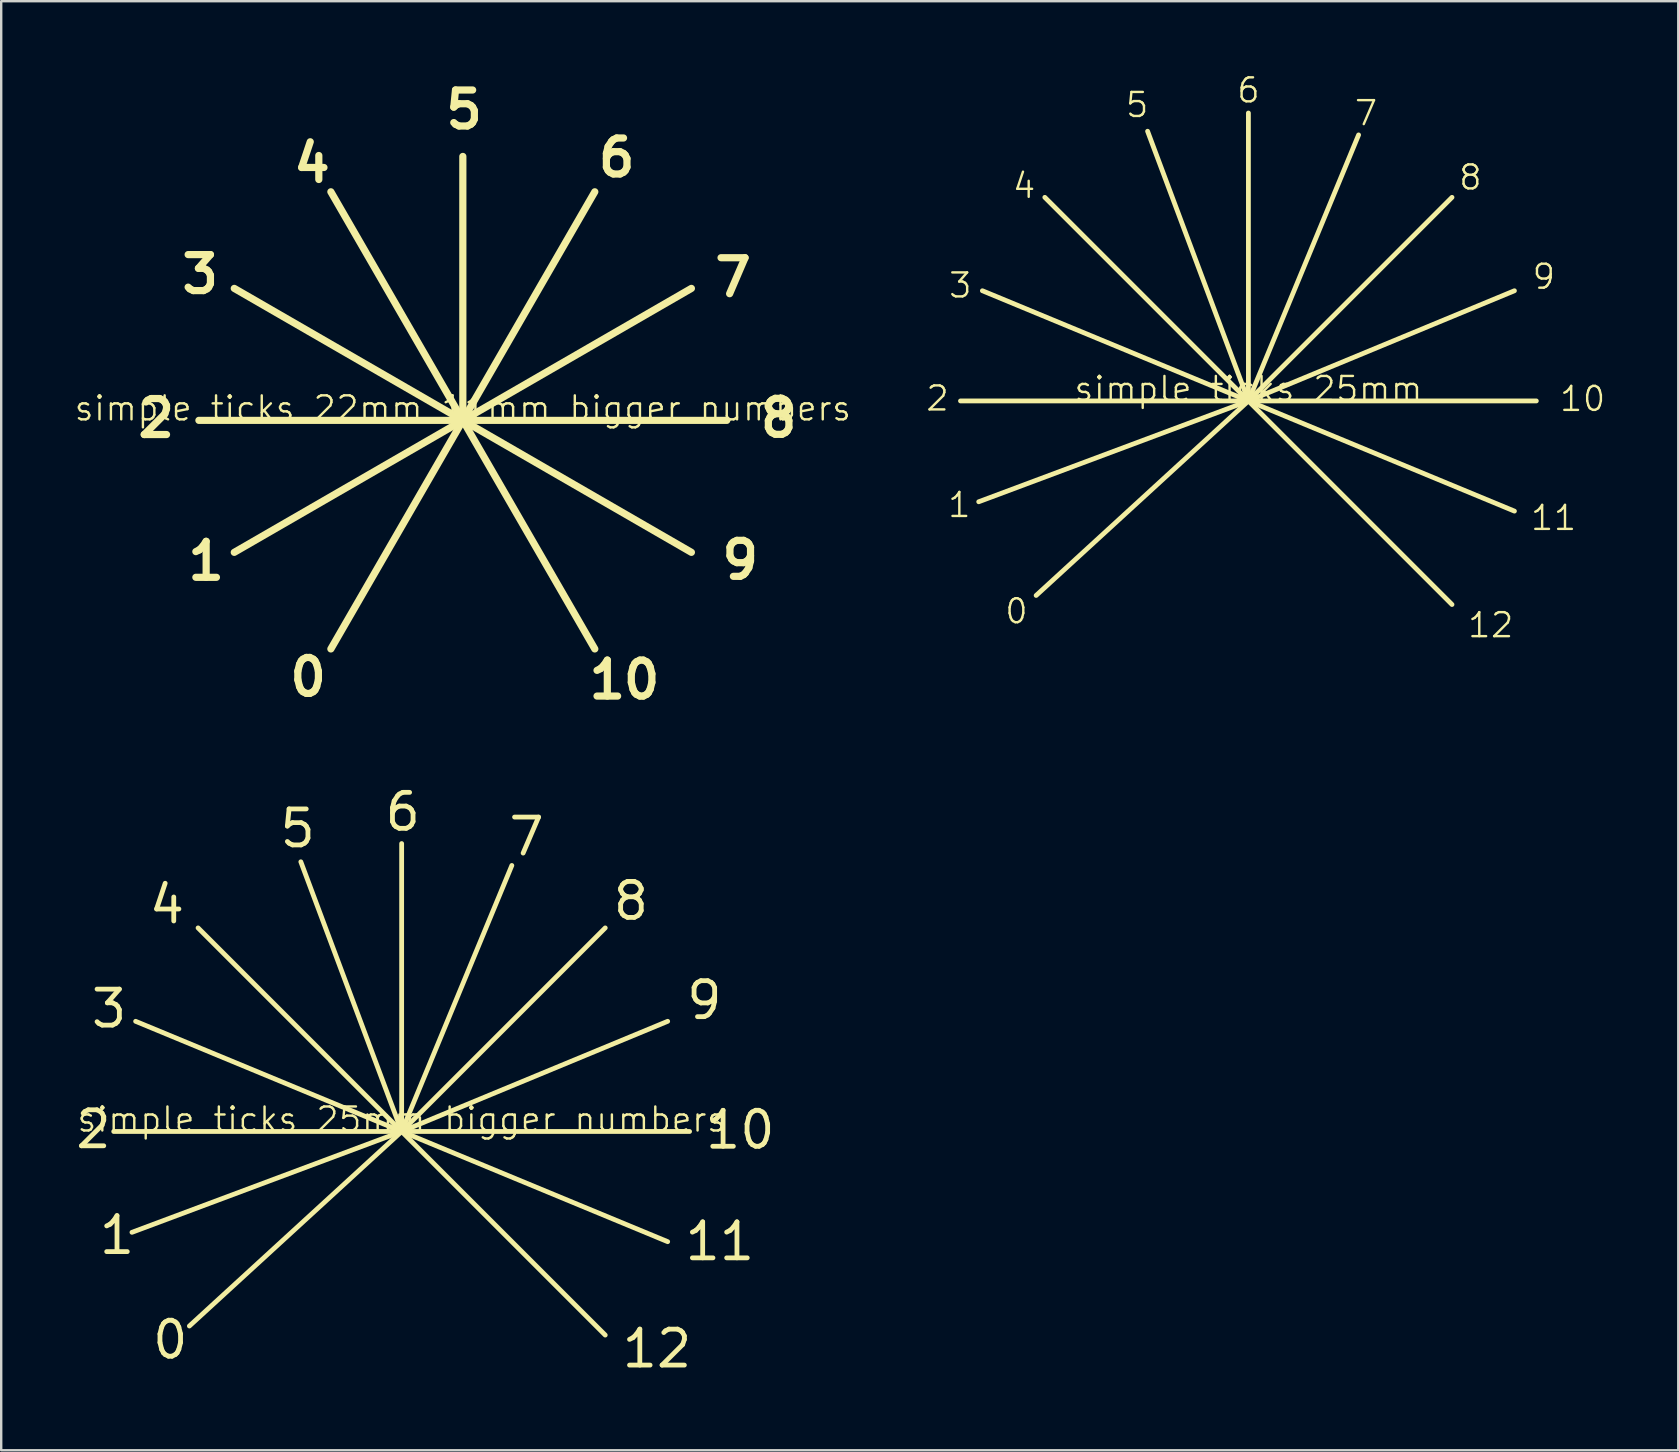
<source format=kicad_pcb>
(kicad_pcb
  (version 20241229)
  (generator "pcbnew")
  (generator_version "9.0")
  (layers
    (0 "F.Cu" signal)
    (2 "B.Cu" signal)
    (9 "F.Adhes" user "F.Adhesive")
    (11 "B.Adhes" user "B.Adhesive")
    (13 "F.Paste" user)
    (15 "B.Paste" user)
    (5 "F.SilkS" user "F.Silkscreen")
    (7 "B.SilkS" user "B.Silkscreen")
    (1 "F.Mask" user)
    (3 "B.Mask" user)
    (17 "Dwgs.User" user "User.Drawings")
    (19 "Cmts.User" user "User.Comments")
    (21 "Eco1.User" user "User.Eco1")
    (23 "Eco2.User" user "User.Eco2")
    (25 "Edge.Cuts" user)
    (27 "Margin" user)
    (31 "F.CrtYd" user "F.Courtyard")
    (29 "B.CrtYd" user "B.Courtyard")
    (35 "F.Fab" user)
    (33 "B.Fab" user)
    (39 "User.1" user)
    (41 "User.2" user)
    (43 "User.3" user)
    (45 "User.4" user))
  (footprint "simple ticks 22mm 11mm bigger numbers"
    (layer "F.Cu")
    (at 16.24 14.47)
    (property "Reference" "simple ticks 22mm 11mm bigger numbers" (at 0 -0.5 0) (unlocked yes) (layer "F.SilkS") (effects (font (size 1 1) (thickness 0.1))))
    (attr board_only exclude_from_pos_files exclude_from_bom)
    (fp_line (start 0 0) (end -11 0) (stroke (width 0.3) (type solid)) (layer "F.SilkS"))
    (fp_line (start 0 0) (end -9.526 -5.5) (stroke (width 0.3) (type solid)) (layer "F.SilkS"))
    (fp_line (start 0 0) (end -9.526 5.5) (stroke (width 0.3) (type solid)) (layer "F.SilkS"))
    (fp_line (start 0 0) (end -5.5 9.526) (stroke (width 0.3) (type solid)) (layer "F.SilkS"))
    (fp_line (start 0 0) (end -5.5 -9.526) (stroke (width 0.3) (type solid)) (layer "F.SilkS"))
    (fp_line (start 0 0) (end 0 -11) (stroke (width 0.3) (type solid)) (layer "F.SilkS"))
    (fp_line (start 0 0) (end 5.5 9.526) (stroke (width 0.3) (type solid)) (layer "F.SilkS"))
    (fp_line (start 0 0) (end 5.5 -9.526) (stroke (width 0.3) (type solid)) (layer "F.SilkS"))
    (fp_line (start 0 0) (end 9.526 -5.5) (stroke (width 0.3) (type solid)) (layer "F.SilkS"))
    (fp_line (start 0 0) (end 9.526 5.5) (stroke (width 0.3) (type solid)) (layer "F.SilkS"))
    (fp_line (start 0 0) (end 11 0) (stroke (width 0.3) (type solid)) (layer "F.SilkS"))
    (fp_text user "9" (at 10.65 6.7 0) (unlocked yes) (layer "F.SilkS") (effects (font (size 1.5 1.5) (thickness 0.3) (bold yes)) (justify left bottom)))
    (fp_text user "10" (at 5.11 11.69 0) (unlocked yes) (layer "F.SilkS") (effects (font (size 1.5 1.5) (thickness 0.3) (bold yes)) (justify left bottom)))
    (fp_text user "2" (at -13.69 0.79 0) (unlocked yes) (layer "F.SilkS") (effects (font (size 1.5 1.5) (thickness 0.3) (bold yes)) (justify left bottom)))
    (fp_text user "6" (at 5.5 -10.07 0) (unlocked yes) (layer "F.SilkS") (effects (font (size 1.5 1.5) (thickness 0.3) (bold yes)) (justify left bottom)))
    (fp_text user "5" (at -0.86 -12.07 0) (unlocked yes) (layer "F.SilkS") (effects (font (size 1.5 1.5) (thickness 0.3) (bold yes)) (justify left bottom)))
    (fp_text user "7" (at 10.35 -5.08 0) (unlocked yes) (layer "F.SilkS") (effects (font (size 1.5 1.5) (thickness 0.3) (bold yes)) (justify left bottom)))
    (fp_text user "8" (at 12.25 0.78 0) (unlocked yes) (layer "F.SilkS") (effects (font (size 1.5 1.5) (thickness 0.3) (bold yes)) (justify left bottom)))
    (fp_text user "4" (at -7.2 -9.84 0) (unlocked yes) (layer "F.SilkS") (effects (font (size 1.5 1.5) (thickness 0.3) (bold yes)) (justify left bottom)))
    (fp_text user "1" (at -11.61 6.74 0) (unlocked yes) (layer "F.SilkS") (effects (font (size 1.5 1.5) (thickness 0.3) (bold yes)) (justify left bottom)))
    (fp_text user "0" (at -7.36 11.58 0) (unlocked yes) (layer "F.SilkS") (effects (font (size 1.5 1.5) (thickness 0.3) (bold yes)) (justify left bottom)))
    (fp_text user "3" (at -11.86 -5.21 0) (unlocked yes) (layer "F.SilkS") (effects (font (size 1.5 1.5) (thickness 0.3) (bold yes)) (justify left bottom))))
  (footprint "simple ticks 25mm"
    (layer "F.Cu")
    (at 48.981 13.66)
    (property "Reference" "simple ticks 25mm" (at 0 -0.5 0) (unlocked yes) (layer "F.SilkS") (effects (font (size 1 1) (thickness 0.1))))
    (attr board_only exclude_from_pos_files exclude_from_bom)
    (fp_line (start 0 0) (end -12 0) (stroke (width 0.2) (type solid)) (layer "F.SilkS"))
    (fp_line (start 0 0) (end -11.24 4.202) (stroke (width 0.2) (type solid)) (layer "F.SilkS"))
    (fp_line (start 0 0) (end -11.087 -4.592) (stroke (width 0.2) (type solid)) (layer "F.SilkS"))
    (fp_line (start 0 0) (end -8.847 8.107) (stroke (width 0.2) (type solid)) (layer "F.SilkS"))
    (fp_line (start 0 0) (end -8.485 -8.485) (stroke (width 0.2) (type solid)) (layer "F.SilkS"))
    (fp_line (start 0 0) (end -4.202 -11.24) (stroke (width 0.2) (type solid)) (layer "F.SilkS"))
    (fp_line (start 0 0) (end 0 -12) (stroke (width 0.2) (type solid)) (layer "F.SilkS"))
    (fp_line (start 0 0) (end 4.592 -11.087) (stroke (width 0.2) (type solid)) (layer "F.SilkS"))
    (fp_line (start 0 0) (end 8.485 -8.485) (stroke (width 0.2) (type solid)) (layer "F.SilkS"))
    (fp_line (start 0 0) (end 8.485 8.485) (stroke (width 0.2) (type solid)) (layer "F.SilkS"))
    (fp_line (start 0 0) (end 11.087 -4.592) (stroke (width 0.2) (type solid)) (layer "F.SilkS"))
    (fp_line (start 0 0) (end 11.087 4.592) (stroke (width 0.2) (type solid)) (layer "F.SilkS"))
    (fp_line (start 0 0) (end 12 0) (stroke (width 0.2) (type solid)) (layer "F.SilkS"))
    (fp_text user "10" (at 12.91 0.5 0) (unlocked yes) (layer "F.SilkS") (effects (font (size 1 1) (thickness 0.1)) (justify left bottom)))
    (fp_text user "4" (at -9.89 -8.38 0) (unlocked yes) (layer "F.SilkS") (effects (font (size 1 1) (thickness 0.1)) (justify left bottom)))
    (fp_text user "1" (at -12.59 4.92 0) (unlocked yes) (layer "F.SilkS") (effects (font (size 1 1) (thickness 0.1)) (justify left bottom)))
    (fp_text user "6" (at -0.54 -12.36 0) (unlocked yes) (layer "F.SilkS") (effects (font (size 1 1) (thickness 0.1)) (justify left bottom)))
    (fp_text user "0" (at -10.21 9.35 0) (unlocked yes) (layer "F.SilkS") (effects (font (size 1 1) (thickness 0.1)) (justify left bottom)))
    (fp_text user "9" (at 11.77 -4.592 0) (unlocked yes) (layer "F.SilkS") (effects (font (size 1 1) (thickness 0.1)) (justify left bottom)))
    (fp_text user "11" (at 11.7 5.46 0) (unlocked yes) (layer "F.SilkS") (effects (font (size 1 1) (thickness 0.1)) (justify left bottom)))
    (fp_text user "12" (at 9.08 9.93 0) (unlocked yes) (layer "F.SilkS") (effects (font (size 1 1) (thickness 0.1)) (justify left bottom)))
    (fp_text user "8" (at 8.71 -8.73 0) (unlocked yes) (layer "F.SilkS") (effects (font (size 1 1) (thickness 0.1)) (justify left bottom)))
    (fp_text user "7" (at 4.36 -11.41 0) (unlocked yes) (layer "F.SilkS") (effects (font (size 1 1) (thickness 0.1)) (justify left bottom)))
    (fp_text user "3" (at -12.55 -4.23 0) (unlocked yes) (layer "F.SilkS") (effects (font (size 1 1) (thickness 0.1)) (justify left bottom)))
    (fp_text user "5" (at -5.18 -11.75 0) (unlocked yes) (layer "F.SilkS") (effects (font (size 1 1) (thickness 0.1)) (justify left bottom)))
    (fp_text user "2" (at -13.5 0.48 0) (unlocked yes) (layer "F.SilkS") (effects (font (size 1 1) (thickness 0.1)) (justify left bottom))))
  (footprint "simple ticks 25mm bigger numbers"
    (layer "F.Cu")
    (at 13.69 44.108)
    (property "Reference" "simple ticks 25mm bigger numbers" (at 0 -0.5 0) (unlocked yes) (layer "F.SilkS") (effects (font (size 1 1) (thickness 0.1))))
    (attr board_only exclude_from_pos_files exclude_from_bom)
    (fp_line (start 0 0) (end -12 0) (stroke (width 0.2) (type solid)) (layer "F.SilkS"))
    (fp_line (start 0 0) (end -11.24 4.202) (stroke (width 0.2) (type solid)) (layer "F.SilkS"))
    (fp_line (start 0 0) (end -11.087 -4.592) (stroke (width 0.2) (type solid)) (layer "F.SilkS"))
    (fp_line (start 0 0) (end -8.847 8.107) (stroke (width 0.2) (type solid)) (layer "F.SilkS"))
    (fp_line (start 0 0) (end -8.485 -8.485) (stroke (width 0.2) (type solid)) (layer "F.SilkS"))
    (fp_line (start 0 0) (end -4.202 -11.24) (stroke (width 0.2) (type solid)) (layer "F.SilkS"))
    (fp_line (start 0 0) (end 0 -12) (stroke (width 0.2) (type solid)) (layer "F.SilkS"))
    (fp_line (start 0 0) (end 4.592 -11.087) (stroke (width 0.2) (type solid)) (layer "F.SilkS"))
    (fp_line (start 0 0) (end 8.485 -8.485) (stroke (width 0.2) (type solid)) (layer "F.SilkS"))
    (fp_line (start 0 0) (end 8.485 8.485) (stroke (width 0.2) (type solid)) (layer "F.SilkS"))
    (fp_line (start 0 0) (end 11.087 -4.592) (stroke (width 0.2) (type solid)) (layer "F.SilkS"))
    (fp_line (start 0 0) (end 11.087 4.592) (stroke (width 0.2) (type solid)) (layer "F.SilkS"))
    (fp_line (start 0 0) (end 12 0) (stroke (width 0.2) (type solid)) (layer "F.SilkS"))
    (fp_text user "4" (at -10.63 -8.58 0) (unlocked yes) (layer "F.SilkS") (effects (font (size 1.5 1.5) (thickness 0.2)) (justify left bottom)))
    (fp_text user "3" (at -13.04 -4.24 0) (unlocked yes) (layer "F.SilkS") (effects (font (size 1.5 1.5) (thickness 0.2)) (justify left bottom)))
    (fp_text user "5" (at -5.18 -11.75 0) (unlocked yes) (layer "F.SilkS") (effects (font (size 1.5 1.5) (thickness 0.2)) (justify left bottom)))
    (fp_text user "10" (at 12.55 0.81 0) (unlocked yes) (layer "F.SilkS") (effects (font (size 1.5 1.5) (thickness 0.2)) (justify left bottom)))
    (fp_text user "2" (at -13.69 0.79 0) (unlocked yes) (layer "F.SilkS") (effects (font (size 1.5 1.5) (thickness 0.2)) (justify left bottom)))
    (fp_text user "8" (at 8.71 -8.73 0) (unlocked yes) (layer "F.SilkS") (effects (font (size 1.5 1.5) (thickness 0.2)) (justify left bottom)))
    (fp_text user "9" (at 11.77 -4.592 0) (unlocked yes) (layer "F.SilkS") (effects (font (size 1.5 1.5) (thickness 0.2)) (justify left bottom)))
    (fp_text user "1" (at -12.71 5.2 0) (unlocked yes) (layer "F.SilkS") (effects (font (size 1.5 1.5) (thickness 0.2)) (justify left bottom)))
    (fp_text user "6" (at -0.8 -12.44 0) (unlocked yes) (layer "F.SilkS") (effects (font (size 1.5 1.5) (thickness 0.2)) (justify left bottom)))
    (fp_text user "7" (at 4.36 -11.41 0) (unlocked yes) (layer "F.SilkS") (effects (font (size 1.5 1.5) (thickness 0.2)) (justify left bottom)))
    (fp_text user "0" (at -10.49 9.56 0) (unlocked yes) (layer "F.SilkS") (effects (font (size 1.5 1.5) (thickness 0.2)) (justify left bottom)))
    (fp_text user "11" (at 11.7 5.46 0) (unlocked yes) (layer "F.SilkS") (effects (font (size 1.5 1.5) (thickness 0.2)) (justify left bottom)))
    (fp_text user "12" (at 9.08 9.93 0) (unlocked yes) (layer "F.SilkS") (effects (font (size 1.5 1.5) (thickness 0.2)) (justify left bottom))))
  (gr_rect
    (start -3 -3)
    (end 66.896 57.395)
    (stroke (width 0.1) (type default))
    (fill no)
    (layer "Edge.Cuts")))
</source>
